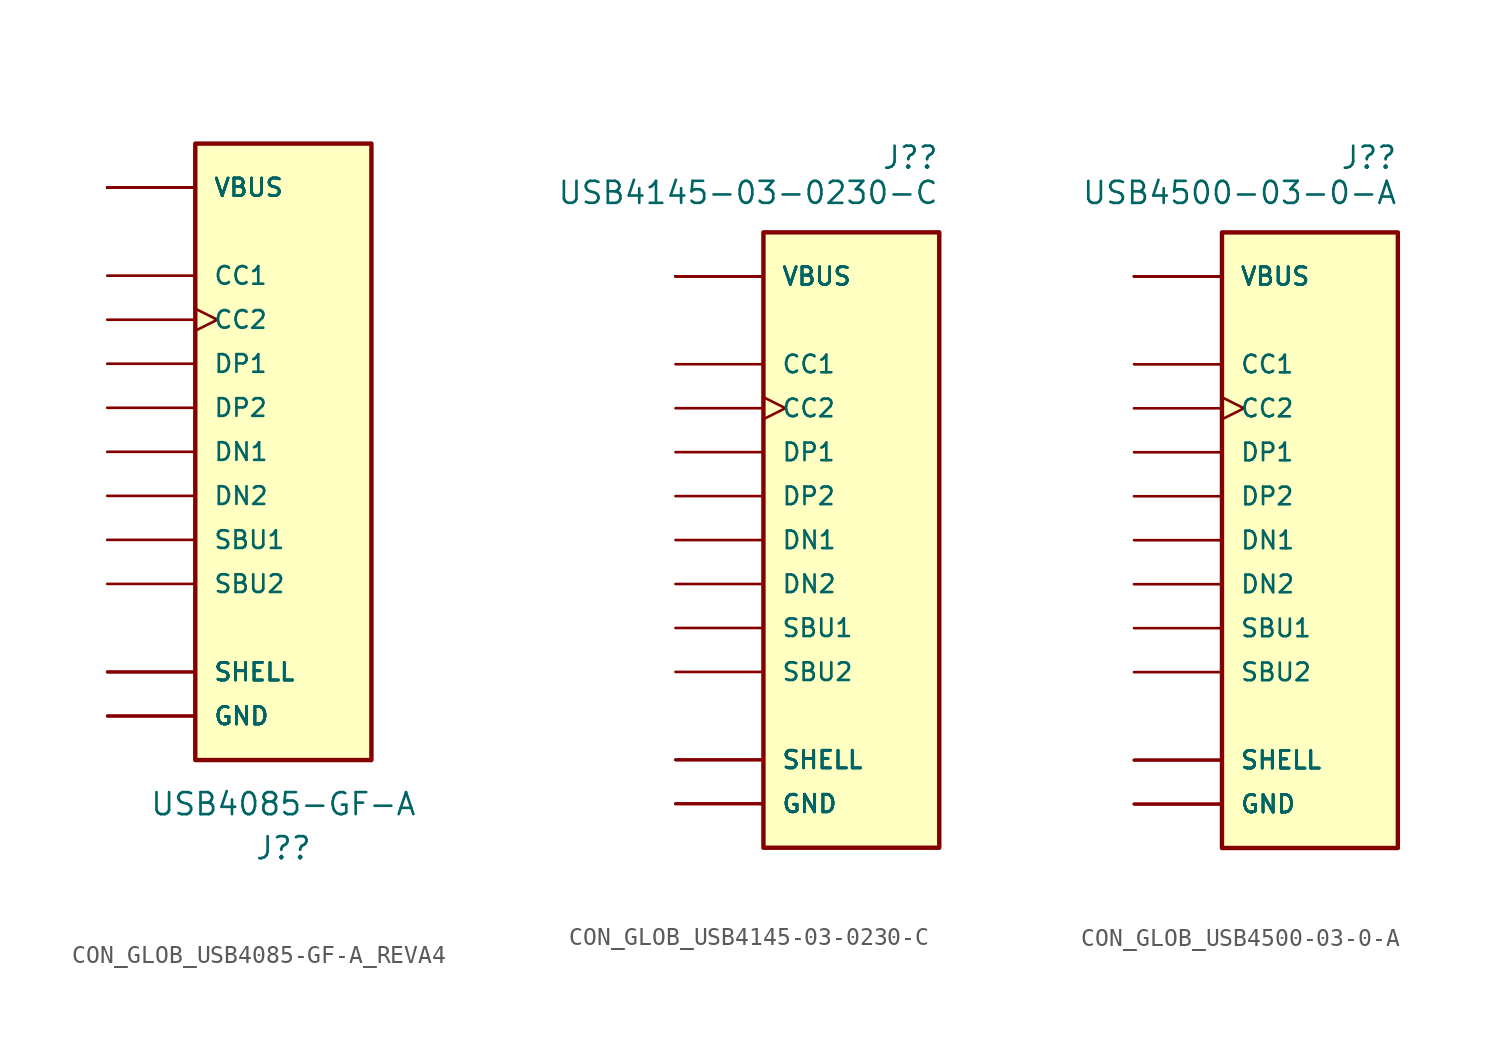
<source format=kicad_sym>
(kicad_symbol_lib
  (version 20231120)
  (generator "kicad_symbol_editor")
  (generator_version "8.0")
  (symbol "CON_GLOB_USB4085-GF-A_REVA4"
    (pin_numbers hide)
    (pin_names
      (offset 1.016))
    (property "Reference" "J?"
      (at 0 -22.86 0)
      (effects (font (size 1.27 1.27))))
    (property "Value" "USB4085-GF-A"
      (at 0 -20.32 0)
      (effects (font (size 1.27 1.27))))
    (symbol "CON_GLOB_USB4085-GF-A_REVA4_0_0"
      (rectangle (start -5.08 -17.78) (end 5.08 17.78) (stroke (width 0.254) (type default)) (fill (type background)))
      (pin passive line (at -10.16 -15.24 0) (length 5.08) (name "GND" (effects (font (size 1.016 1.016)))) (number "A1" (effects (font (size 1.016 1.016)))))
      (pin passive line (at -10.16 -15.24 0) (length 5.08) (name "GND" (effects (font (size 1.016 1.016)))) (number "A12" (effects (font (size 1.016 1.016)))))
      (pin power_in line (at -10.16 15.24 0) (length 5.08) (name "VBUS" (effects (font (size 1.016 1.016)))) (number "A4" (effects (font (size 1.016 1.016)))))
      (pin bidirectional line (at -10.16 10.16 0) (length 5.08) (name "CC1" (effects (font (size 1.016 1.016)))) (number "A5" (effects (font (size 1.016 1.016)))))
      (pin bidirectional line (at -10.16 5.08 0) (length 5.08) (name "DP1" (effects (font (size 1.016 1.016)))) (number "A6" (effects (font (size 1.016 1.016)))))
      (pin bidirectional line (at -10.16 0 0) (length 5.08) (name "DN1" (effects (font (size 1.016 1.016)))) (number "A7" (effects (font (size 1.016 1.016)))))
      (pin bidirectional line (at -10.16 -5.08 0) (length 5.08) (name "SBU1" (effects (font (size 1.016 1.016)))) (number "A8" (effects (font (size 1.016 1.016)))))
      (pin power_in line (at -10.16 15.24 0) (length 5.08) (name "VBUS" (effects (font (size 1.016 1.016)))) (number "A9" (effects (font (size 1.016 1.016)))))
      (pin passive line (at -10.16 -15.24 0) (length 5.08) (name "GND" (effects (font (size 1.016 1.016)))) (number "B1" (effects (font (size 1.016 1.016)))))
      (pin passive line (at -10.16 -15.24 0) (length 5.08) (name "GND" (effects (font (size 1.016 1.016)))) (number "B12" (effects (font (size 1.016 1.016)))))
      (pin power_in line (at -10.16 15.24 0) (length 5.08) (name "VBUS" (effects (font (size 1.016 1.016)))) (number "B4" (effects (font (size 1.016 1.016)))))
      (pin bidirectional clock (at -10.16 7.62 0) (length 5.08) (name "CC2" (effects (font (size 1.016 1.016)))) (number "B5" (effects (font (size 1.016 1.016)))))
      (pin bidirectional line (at -10.16 2.54 0) (length 5.08) (name "DP2" (effects (font (size 1.016 1.016)))) (number "B6" (effects (font (size 1.016 1.016)))))
      (pin bidirectional line (at -10.16 -2.54 0) (length 5.08) (name "DN2" (effects (font (size 1.016 1.016)))) (number "B7" (effects (font (size 1.016 1.016)))))
      (pin bidirectional line (at -10.16 -7.62 0) (length 5.08) (name "SBU2" (effects (font (size 1.016 1.016)))) (number "B8" (effects (font (size 1.016 1.016)))))
      (pin power_in line (at -10.16 15.24 0) (length 5.08) (name "VBUS" (effects (font (size 1.016 1.016)))) (number "B9" (effects (font (size 1.016 1.016)))))
      (pin passive line (at -10.16 -12.7 0) (length 5.08) (name "SHELL" (effects (font (size 1.016 1.016)))) (number "P1" (effects (font (size 1.016 1.016)))))
      (pin passive line (at -10.16 -12.7 0) (length 5.08) (name "SHELL" (effects (font (size 1.016 1.016)))) (number "P2" (effects (font (size 1.016 1.016)))))
      (pin passive line (at -10.16 -12.7 0) (length 5.08) (name "SHELL" (effects (font (size 1.016 1.016)))) (number "P3" (effects (font (size 1.016 1.016)))))
      (pin passive line (at -10.16 -12.7 0) (length 5.08) (name "SHELL" (effects (font (size 1.016 1.016)))) (number "P4" (effects (font (size 1.016 1.016)))))))
  (symbol "CON_GLOB_USB4145-03-0230-C"
    (pin_numbers hide)
    (pin_names
      (offset 1.016))
    (property "Reference" "J?"
      (at 5.08 22.098 0)
      (effects (font (size 1.27 1.27)) (justify right)))
    (property "Value" " USB4145-03-0230-C"
      (at 5.08 20.066 0)
      (effects (font (size 1.27 1.27)) (justify right)))
    (symbol "CON_GLOB_USB4145-03-0230-C_0_0"
      (rectangle (start -5.08 17.78) (end 5.08 -17.78) (stroke (width 0.254) (type default)) (fill (type background)))
      (pin passive line (at -10.16 -15.24 0) (length 5.08) (name "GND" (effects (font (size 1.016 1.016)))) (number "A1" (effects (font (size 1.016 1.016)))))
      (pin passive line (at -10.16 -15.24 0) (length 5.08) (name "GND" (effects (font (size 1.016 1.016)))) (number "A12" (effects (font (size 1.016 1.016)))))
      (pin power_in line (at -10.16 15.24 0) (length 5.08) (name "VBUS" (effects (font (size 1.016 1.016)))) (number "A4" (effects (font (size 1.016 1.016)))))
      (pin bidirectional line (at -10.16 10.16 0) (length 5.08) (name "CC1" (effects (font (size 1.016 1.016)))) (number "A5" (effects (font (size 1.016 1.016)))))
      (pin bidirectional line (at -10.16 5.08 0) (length 5.08) (name "DP1" (effects (font (size 1.016 1.016)))) (number "A6" (effects (font (size 1.016 1.016)))))
      (pin bidirectional line (at -10.16 0 0) (length 5.08) (name "DN1" (effects (font (size 1.016 1.016)))) (number "A7" (effects (font (size 1.016 1.016)))))
      (pin bidirectional line (at -10.16 -5.08 0) (length 5.08) (name "SBU1" (effects (font (size 1.016 1.016)))) (number "A8" (effects (font (size 1.016 1.016)))))
      (pin power_in line (at -10.16 15.24 0) (length 5.08) (name "VBUS" (effects (font (size 1.016 1.016)))) (number "A9" (effects (font (size 1.016 1.016)))))
      (pin passive line (at -10.16 -15.24 0) (length 5.08) (name "GND" (effects (font (size 1.016 1.016)))) (number "B1" (effects (font (size 1.016 1.016)))))
      (pin passive line (at -10.16 -15.24 0) (length 5.08) (name "GND" (effects (font (size 1.016 1.016)))) (number "B12" (effects (font (size 1.016 1.016)))))
      (pin power_in line (at -10.16 15.24 0) (length 5.08) (name "VBUS" (effects (font (size 1.016 1.016)))) (number "B4" (effects (font (size 1.016 1.016)))))
      (pin bidirectional clock (at -10.16 7.62 0) (length 5.08) (name "CC2" (effects (font (size 1.016 1.016)))) (number "B5" (effects (font (size 1.016 1.016)))))
      (pin bidirectional line (at -10.16 2.54 0) (length 5.08) (name "DP2" (effects (font (size 1.016 1.016)))) (number "B6" (effects (font (size 1.016 1.016)))))
      (pin bidirectional line (at -10.16 -2.54 0) (length 5.08) (name "DN2" (effects (font (size 1.016 1.016)))) (number "B7" (effects (font (size 1.016 1.016)))))
      (pin bidirectional line (at -10.16 -7.62 0) (length 5.08) (name "SBU2" (effects (font (size 1.016 1.016)))) (number "B8" (effects (font (size 1.016 1.016)))))
      (pin power_in line (at -10.16 15.24 0) (length 5.08) (name "VBUS" (effects (font (size 1.016 1.016)))) (number "B9" (effects (font (size 1.016 1.016)))))
      (pin passive line (at -10.16 -12.7 0) (length 5.08) (name "SHELL" (effects (font (size 1.016 1.016)))) (number "S1" (effects (font (size 1.016 1.016)))))
      (pin passive line (at -10.16 -12.7 0) (length 5.08) (name "SHELL" (effects (font (size 1.016 1.016)))) (number "S1" (effects (font (size 1.016 1.016)))))
      (pin passive line (at -10.16 -12.7 0) (length 5.08) (name "SHELL" (effects (font (size 1.016 1.016)))) (number "S1" (effects (font (size 1.016 1.016)))))
      (pin passive line (at -10.16 -12.7 0) (length 5.08) (name "SHELL" (effects (font (size 1.016 1.016)))) (number "S1" (effects (font (size 1.016 1.016)))))))
  (symbol "CON_GLOB_USB4500-03-0-A"
    (pin_numbers hide)
    (pin_names
      (offset 1.016))
    (property "Reference" "J?"
      (at 5.08 22.098 0)
      (effects (font (size 1.27 1.27)) (justify right)))
    (property "Value" "USB4500-03-0-A"
      (at 5.08 20.066 0)
      (effects (font (size 1.27 1.27)) (justify right)))
    (symbol "CON_GLOB_USB4500-03-0-A_0_0"
      (rectangle (start -5.08 17.78) (end 5.08 -17.78) (stroke (width 0.254) (type default)) (fill (type background)))
      (pin passive line (at -10.16 -15.24 0) (length 5.08) (name "GND" (effects (font (size 1.016 1.016)))) (number "A1" (effects (font (size 1.016 1.016)))))
      (pin passive line (at -10.16 -15.24 0) (length 5.08) (name "GND" (effects (font (size 1.016 1.016)))) (number "A12" (effects (font (size 1.016 1.016)))))
      (pin power_in line (at -10.16 15.24 0) (length 5.08) (name "VBUS" (effects (font (size 1.016 1.016)))) (number "A4" (effects (font (size 1.016 1.016)))))
      (pin bidirectional line (at -10.16 10.16 0) (length 5.08) (name "CC1" (effects (font (size 1.016 1.016)))) (number "A5" (effects (font (size 1.016 1.016)))))
      (pin bidirectional line (at -10.16 5.08 0) (length 5.08) (name "DP1" (effects (font (size 1.016 1.016)))) (number "A6" (effects (font (size 1.016 1.016)))))
      (pin bidirectional line (at -10.16 0 0) (length 5.08) (name "DN1" (effects (font (size 1.016 1.016)))) (number "A7" (effects (font (size 1.016 1.016)))))
      (pin bidirectional line (at -10.16 -5.08 0) (length 5.08) (name "SBU1" (effects (font (size 1.016 1.016)))) (number "A8" (effects (font (size 1.016 1.016)))))
      (pin power_in line (at -10.16 15.24 0) (length 5.08) (name "VBUS" (effects (font (size 1.016 1.016)))) (number "A9" (effects (font (size 1.016 1.016)))))
      (pin passive line (at -10.16 -15.24 0) (length 5.08) (name "GND" (effects (font (size 1.016 1.016)))) (number "B1" (effects (font (size 1.016 1.016)))))
      (pin passive line (at -10.16 -15.24 0) (length 5.08) (name "GND" (effects (font (size 1.016 1.016)))) (number "B12" (effects (font (size 1.016 1.016)))))
      (pin power_in line (at -10.16 15.24 0) (length 5.08) (name "VBUS" (effects (font (size 1.016 1.016)))) (number "B4" (effects (font (size 1.016 1.016)))))
      (pin bidirectional clock (at -10.16 7.62 0) (length 5.08) (name "CC2" (effects (font (size 1.016 1.016)))) (number "B5" (effects (font (size 1.016 1.016)))))
      (pin bidirectional line (at -10.16 2.54 0) (length 5.08) (name "DP2" (effects (font (size 1.016 1.016)))) (number "B6" (effects (font (size 1.016 1.016)))))
      (pin bidirectional line (at -10.16 -2.54 0) (length 5.08) (name "DN2" (effects (font (size 1.016 1.016)))) (number "B7" (effects (font (size 1.016 1.016)))))
      (pin bidirectional line (at -10.16 -7.62 0) (length 5.08) (name "SBU2" (effects (font (size 1.016 1.016)))) (number "B8" (effects (font (size 1.016 1.016)))))
      (pin power_in line (at -10.16 15.24 0) (length 5.08) (name "VBUS" (effects (font (size 1.016 1.016)))) (number "B9" (effects (font (size 1.016 1.016)))))
      (pin passive line (at -10.16 -12.7 0) (length 5.08) (name "SHELL" (effects (font (size 1.016 1.016)))) (number "S1" (effects (font (size 1.016 1.016)))))
      (pin passive line (at -10.16 -12.7 0) (length 5.08) (name "SHELL" (effects (font (size 1.016 1.016)))) (number "S1" (effects (font (size 1.016 1.016)))))
      (pin passive line (at -10.16 -12.7 0) (length 5.08) (name "SHELL" (effects (font (size 1.016 1.016)))) (number "S1" (effects (font (size 1.016 1.016)))))
      (pin passive line (at -10.16 -12.7 0) (length 5.08) (name "SHELL" (effects (font (size 1.016 1.016)))) (number "S1" (effects (font (size 1.016 1.016))))))))
</source>
